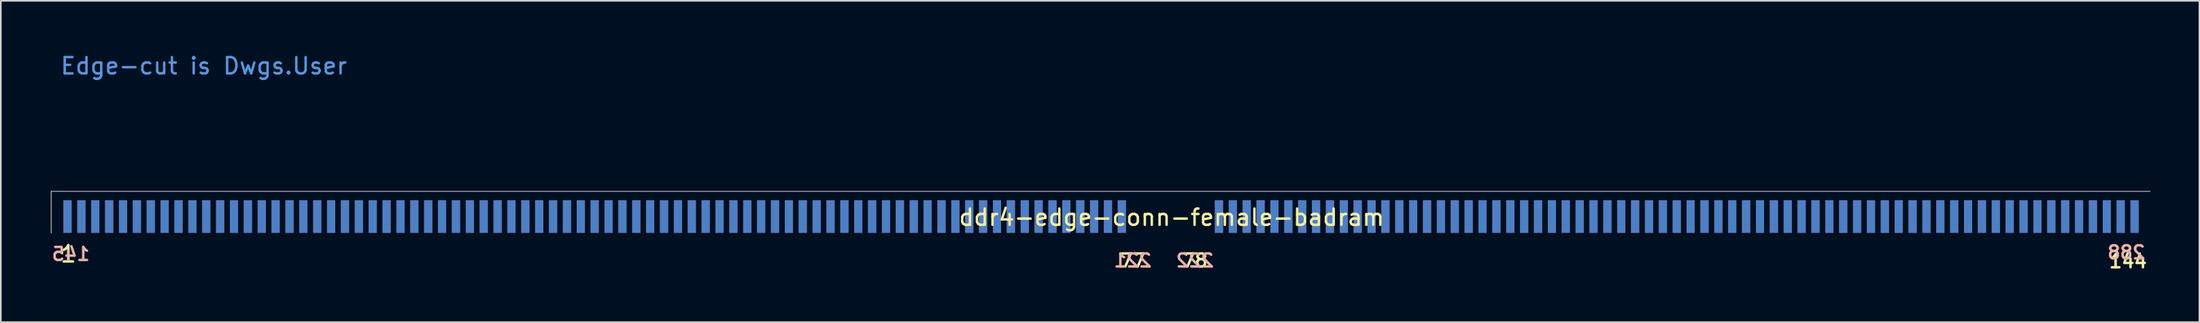
<source format=kicad_pcb>
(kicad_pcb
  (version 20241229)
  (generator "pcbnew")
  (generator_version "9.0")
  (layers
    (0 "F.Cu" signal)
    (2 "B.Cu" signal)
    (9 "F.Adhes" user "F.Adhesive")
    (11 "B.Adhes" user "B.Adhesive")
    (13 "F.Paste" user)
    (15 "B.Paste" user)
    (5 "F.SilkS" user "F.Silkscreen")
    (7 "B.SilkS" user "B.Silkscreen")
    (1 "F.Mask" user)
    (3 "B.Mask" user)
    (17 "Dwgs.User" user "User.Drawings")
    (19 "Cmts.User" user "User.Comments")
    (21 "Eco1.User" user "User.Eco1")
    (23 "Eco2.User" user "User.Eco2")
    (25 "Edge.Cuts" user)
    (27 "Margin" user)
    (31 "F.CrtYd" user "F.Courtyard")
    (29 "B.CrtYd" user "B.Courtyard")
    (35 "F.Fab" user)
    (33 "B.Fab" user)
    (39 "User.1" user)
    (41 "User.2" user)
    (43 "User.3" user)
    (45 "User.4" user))
  (footprint "ddr4-edge-conn-female-badram"
    (layer "F.Cu")
    (at 65.088 0.25)
    (property "Reference" "ddr4-edge-conn-female-badram" (at 3.65 10.05 0) (layer "F.SilkS") (effects (font (size 1 1) (thickness 0.15))))
    (attr exclude_from_pos_files exclude_from_bom)
    (fp_line (start -65 8.45) (end -65 11) (stroke (width 0.05) (type solid)) (layer "Dwgs.User"))
    (fp_line (start 63.6 8.45) (end -65 8.45) (stroke (width 0.05) (type solid)) (layer "Dwgs.User"))
    (fp_text user "77" (at 1.27 12.7 0) (layer "F.SilkS") (effects (font (size 0.8 0.8) (thickness 0.15))))
    (fp_text user "144" (at 62.25 12.75 0) (layer "F.SilkS") (effects (font (size 0.8 0.8) (thickness 0.15))))
    (fp_text user "78" (at 5.08 12.7 0) (layer "F.SilkS") (effects (font (size 0.8 0.8) (thickness 0.15))))
    (fp_text user "1" (at -63.95 12.3 0) (layer "F.SilkS") (effects (font (size 1 1) (thickness 0.15))))
    (fp_text user "221" (at 1.27 12.7 0) (layer "B.SilkS") (effects (font (size 0.8 0.8) (thickness 0.15)) (justify mirror)))
    (fp_text user "288" (at 62.15 12.2 0) (layer "B.SilkS") (effects (font (size 0.8 0.8) (thickness 0.15)) (justify mirror)))
    (fp_text user "222" (at 5.08 12.7 0) (layer "B.SilkS") (effects (font (size 0.8 0.8) (thickness 0.15)) (justify mirror)))
    (fp_text user "145" (at -63.8 12.3 0) (layer "B.SilkS") (effects (font (size 0.8 0.8) (thickness 0.15)) (justify mirror)))
    (fp_text user "Edge-cut is Dwgs.User" (at -55.65 0.75 0) (layer "Cmts.User") (effects (font (size 1 1) (thickness 0.15))))
    (pad "1" smd rect (at -64 10) (size 0.5 2) (layers "F.Cu" "F.Mask"))
    (pad "2" smd rect (at -63.15 10) (size 0.5 2) (layers "F.Cu" "F.Mask"))
    (pad "3" smd rect (at -62.3 10) (size 0.5 2) (layers "F.Cu" "F.Mask"))
    (pad "4" smd rect (at -61.45 10) (size 0.5 2) (layers "F.Cu" "F.Mask"))
    (pad "5" smd rect (at -60.6 10) (size 0.5 2) (layers "F.Cu" "F.Mask"))
    (pad "6" smd rect (at -59.75 10) (size 0.5 2) (layers "F.Cu" "F.Mask"))
    (pad "7" smd rect (at -58.9 10) (size 0.5 2) (layers "F.Cu" "F.Mask"))
    (pad "8" smd rect (at -58.05 10) (size 0.5 2) (layers "F.Cu" "F.Mask"))
    (pad "9" smd rect (at -57.2 10) (size 0.5 2) (layers "F.Cu" "F.Mask"))
    (pad "10" smd rect (at -56.35 10) (size 0.5 2) (layers "F.Cu" "F.Mask"))
    (pad "11" smd rect (at -55.5 10) (size 0.5 2) (layers "F.Cu" "F.Mask"))
    (pad "12" smd rect (at -54.65 10) (size 0.5 2) (layers "F.Cu" "F.Mask"))
    (pad "13" smd rect (at -53.8 10) (size 0.5 2) (layers "F.Cu" "F.Mask"))
    (pad "14" smd rect (at -52.95 10) (size 0.5 2) (layers "F.Cu" "F.Mask"))
    (pad "15" smd rect (at -52.1 10) (size 0.5 2) (layers "F.Cu" "F.Mask"))
    (pad "16" smd rect (at -51.25 10) (size 0.5 2) (layers "F.Cu" "F.Mask"))
    (pad "17" smd rect (at -50.4 10) (size 0.5 2) (layers "F.Cu" "F.Mask"))
    (pad "18" smd rect (at -49.55 10) (size 0.5 2) (layers "F.Cu" "F.Mask"))
    (pad "19" smd rect (at -48.7 10) (size 0.5 2) (layers "F.Cu" "F.Mask"))
    (pad "20" smd rect (at -47.85 10) (size 0.5 2) (layers "F.Cu" "F.Mask"))
    (pad "21" smd rect (at -47 10) (size 0.5 2) (layers "F.Cu" "F.Mask"))
    (pad "22" smd rect (at -46.15 10) (size 0.5 2) (layers "F.Cu" "F.Mask"))
    (pad "23" smd rect (at -45.3 10) (size 0.5 2) (layers "F.Cu" "F.Mask"))
    (pad "24" smd rect (at -44.45 10) (size 0.5 2) (layers "F.Cu" "F.Mask"))
    (pad "25" smd rect (at -43.6 10) (size 0.5 2) (layers "F.Cu" "F.Mask"))
    (pad "26" smd rect (at -42.75 10) (size 0.5 2) (layers "F.Cu" "F.Mask"))
    (pad "27" smd rect (at -41.9 10) (size 0.5 2) (layers "F.Cu" "F.Mask"))
    (pad "28" smd rect (at -41.05 10) (size 0.5 2) (layers "F.Cu" "F.Mask"))
    (pad "29" smd rect (at -40.2 10) (size 0.5 2) (layers "F.Cu" "F.Mask"))
    (pad "30" smd rect (at -39.35 10) (size 0.5 2) (layers "F.Cu" "F.Mask"))
    (pad "31" smd rect (at -38.5 10) (size 0.5 2) (layers "F.Cu" "F.Mask"))
    (pad "32" smd rect (at -37.65 10) (size 0.5 2) (layers "F.Cu" "F.Mask"))
    (pad "33" smd rect (at -36.8 10) (size 0.5 2) (layers "F.Cu" "F.Mask"))
    (pad "34" smd rect (at -35.95 10) (size 0.5 2) (layers "F.Cu" "F.Mask"))
    (pad "35" smd rect (at -35.1 10) (size 0.5 2) (layers "F.Cu" "F.Mask"))
    (pad "36" smd rect (at -34.25 10) (size 0.5 2) (layers "F.Cu" "F.Mask"))
    (pad "37" smd rect (at -33.4 10) (size 0.5 2) (layers "F.Cu" "F.Mask"))
    (pad "38" smd rect (at -32.55 10) (size 0.5 2) (layers "F.Cu" "F.Mask"))
    (pad "39" smd rect (at -31.7 10) (size 0.5 2) (layers "F.Cu" "F.Mask"))
    (pad "40" smd rect (at -30.85 10) (size 0.5 2) (layers "F.Cu" "F.Mask"))
    (pad "41" smd rect (at -30 10) (size 0.5 2) (layers "F.Cu" "F.Mask"))
    (pad "42" smd rect (at -29.15 10) (size 0.5 2) (layers "F.Cu" "F.Mask"))
    (pad "43" smd rect (at -28.3 10) (size 0.5 2) (layers "F.Cu" "F.Mask"))
    (pad "44" smd rect (at -27.45 10) (size 0.5 2) (layers "F.Cu" "F.Mask"))
    (pad "45" smd rect (at -26.6 10) (size 0.5 2) (layers "F.Cu" "F.Mask"))
    (pad "46" smd rect (at -25.75 10) (size 0.5 2) (layers "F.Cu" "F.Mask"))
    (pad "47" smd rect (at -24.9 10) (size 0.5 2) (layers "F.Cu" "F.Mask"))
    (pad "48" smd rect (at -24.05 10) (size 0.5 2) (layers "F.Cu" "F.Mask"))
    (pad "49" smd rect (at -23.2 10) (size 0.5 2) (layers "F.Cu" "F.Mask"))
    (pad "50" smd rect (at -22.35 10) (size 0.5 2) (layers "F.Cu" "F.Mask"))
    (pad "51" smd rect (at -21.5 10) (size 0.5 2) (layers "F.Cu" "F.Mask"))
    (pad "52" smd rect (at -20.65 10) (size 0.5 2) (layers "F.Cu" "F.Mask"))
    (pad "53" smd rect (at -19.8 10) (size 0.5 2) (layers "F.Cu" "F.Mask"))
    (pad "54" smd rect (at -18.95 10) (size 0.5 2) (layers "F.Cu" "F.Mask"))
    (pad "55" smd rect (at -18.1 10) (size 0.5 2) (layers "F.Cu" "F.Mask"))
    (pad "56" smd rect (at -17.25 10) (size 0.5 2) (layers "F.Cu" "F.Mask"))
    (pad "57" smd rect (at -16.4 10) (size 0.5 2) (layers "F.Cu" "F.Mask"))
    (pad "58" smd rect (at -15.55 10) (size 0.5 2) (layers "F.Cu" "F.Mask"))
    (pad "59" smd rect (at -14.7 10) (size 0.5 2) (layers "F.Cu" "F.Mask"))
    (pad "60" smd rect (at -13.85 10) (size 0.5 2) (layers "F.Cu" "F.Mask"))
    (pad "61" smd rect (at -13 10) (size 0.5 2) (layers "F.Cu" "F.Mask"))
    (pad "62" smd rect (at -12.15 10) (size 0.5 2) (layers "F.Cu" "F.Mask"))
    (pad "63" smd rect (at -11.3 10) (size 0.5 2) (layers "F.Cu" "F.Mask"))
    (pad "64" smd rect (at -10.45 10) (size 0.5 2) (layers "F.Cu" "F.Mask"))
    (pad "65" smd rect (at -9.6 10) (size 0.5 2) (layers "F.Cu" "F.Mask"))
    (pad "66" smd rect (at -8.75 10) (size 0.5 2) (layers "F.Cu" "F.Mask"))
    (pad "67" smd rect (at -7.9 10) (size 0.5 2) (layers "F.Cu" "F.Mask"))
    (pad "68" smd rect (at -7.05 10) (size 0.5 2) (layers "F.Cu" "F.Mask"))
    (pad "69" smd rect (at -6.2 10) (size 0.5 2) (layers "F.Cu" "F.Mask"))
    (pad "70" smd rect (at -5.35 10) (size 0.5 2) (layers "F.Cu" "F.Mask"))
    (pad "71" smd rect (at -4.5 10) (size 0.5 2) (layers "F.Cu" "F.Mask"))
    (pad "72" smd rect (at -3.65 10) (size 0.5 2) (layers "F.Cu" "F.Mask"))
    (pad "73" smd rect (at -2.8 10) (size 0.5 2) (layers "F.Cu" "F.Mask"))
    (pad "74" smd rect (at -1.95 10) (size 0.5 2) (layers "F.Cu" "F.Mask"))
    (pad "75" smd rect (at -1.1 10) (size 0.5 2) (layers "F.Cu" "F.Mask"))
    (pad "76" smd rect (at -0.25 10) (size 0.5 2) (layers "F.Cu" "F.Mask"))
    (pad "77" smd rect (at 0.6 10) (size 0.5 2) (layers "F.Cu" "F.Mask"))
    (pad "78" smd rect (at 6.55 10) (size 0.5 2) (layers "F.Cu" "F.Mask"))
    (pad "79" smd rect (at 7.4 10) (size 0.5 2) (layers "F.Cu" "F.Mask"))
    (pad "80" smd rect (at 8.25 10) (size 0.5 2) (layers "F.Cu" "F.Mask"))
    (pad "81" smd rect (at 9.1 10) (size 0.5 2) (layers "F.Cu" "F.Mask"))
    (pad "82" smd rect (at 9.95 10) (size 0.5 2) (layers "F.Cu" "F.Mask"))
    (pad "83" smd rect (at 10.8 10) (size 0.5 2) (layers "F.Cu" "F.Mask"))
    (pad "84" smd rect (at 11.65 10) (size 0.5 2) (layers "F.Cu" "F.Mask"))
    (pad "85" smd rect (at 12.5 10) (size 0.5 2) (layers "F.Cu" "F.Mask"))
    (pad "86" smd rect (at 13.35 10) (size 0.5 2) (layers "F.Cu" "F.Mask"))
    (pad "87" smd rect (at 14.2 10) (size 0.5 2) (layers "F.Cu" "F.Mask"))
    (pad "88" smd rect (at 15.05 10) (size 0.5 2) (layers "F.Cu" "F.Mask"))
    (pad "89" smd rect (at 15.9 10) (size 0.5 2) (layers "F.Cu" "F.Mask"))
    (pad "90" smd rect (at 16.75 10) (size 0.5 2) (layers "F.Cu" "F.Mask"))
    (pad "91" smd rect (at 17.6 10) (size 0.5 2) (layers "F.Cu" "F.Mask"))
    (pad "92" smd rect (at 18.45 10) (size 0.5 2) (layers "F.Cu" "F.Mask"))
    (pad "93" smd rect (at 19.3 10) (size 0.5 2) (layers "F.Cu" "F.Mask"))
    (pad "94" smd rect (at 20.15 10) (size 0.5 2) (layers "F.Cu" "F.Mask"))
    (pad "95" smd rect (at 21 10) (size 0.5 2) (layers "F.Cu" "F.Mask"))
    (pad "96" smd rect (at 21.85 10) (size 0.5 2) (layers "F.Cu" "F.Mask"))
    (pad "97" smd rect (at 22.7 10) (size 0.5 2) (layers "F.Cu" "F.Mask"))
    (pad "98" smd rect (at 23.55 10) (size 0.5 2) (layers "F.Cu" "F.Mask"))
    (pad "99" smd rect (at 24.4 10) (size 0.5 2) (layers "F.Cu" "F.Mask"))
    (pad "100" smd rect (at 25.25 10) (size 0.5 2) (layers "F.Cu" "F.Mask"))
    (pad "101" smd rect (at 26.1 10) (size 0.5 2) (layers "F.Cu" "F.Mask"))
    (pad "102" smd rect (at 26.95 10) (size 0.5 2) (layers "F.Cu" "F.Mask"))
    (pad "103" smd rect (at 27.8 10) (size 0.5 2) (layers "F.Cu" "F.Mask"))
    (pad "104" smd rect (at 28.65 10) (size 0.5 2) (layers "F.Cu" "F.Mask"))
    (pad "105" smd rect (at 29.5 10) (size 0.5 2) (layers "F.Cu" "F.Mask"))
    (pad "106" smd rect (at 30.35 10) (size 0.5 2) (layers "F.Cu" "F.Mask"))
    (pad "107" smd rect (at 31.2 10) (size 0.5 2) (layers "F.Cu" "F.Mask"))
    (pad "108" smd rect (at 32.05 10) (size 0.5 2) (layers "F.Cu" "F.Mask"))
    (pad "109" smd rect (at 32.9 10) (size 0.5 2) (layers "F.Cu" "F.Mask"))
    (pad "110" smd rect (at 33.75 10) (size 0.5 2) (layers "F.Cu" "F.Mask"))
    (pad "111" smd rect (at 34.6 10) (size 0.5 2) (layers "F.Cu" "F.Mask"))
    (pad "112" smd rect (at 35.45 10) (size 0.5 2) (layers "F.Cu" "F.Mask"))
    (pad "113" smd rect (at 36.3 10) (size 0.5 2) (layers "F.Cu" "F.Mask"))
    (pad "114" smd rect (at 37.15 10) (size 0.5 2) (layers "F.Cu" "F.Mask"))
    (pad "115" smd rect (at 38 10) (size 0.5 2) (layers "F.Cu" "F.Mask"))
    (pad "116" smd rect (at 38.85 10) (size 0.5 2) (layers "F.Cu" "F.Mask"))
    (pad "117" smd rect (at 39.7 10) (size 0.5 2) (layers "F.Cu" "F.Mask"))
    (pad "118" smd rect (at 40.55 10) (size 0.5 2) (layers "F.Cu" "F.Mask"))
    (pad "119" smd rect (at 41.4 10) (size 0.5 2) (layers "F.Cu" "F.Mask"))
    (pad "120" smd rect (at 42.25 10) (size 0.5 2) (layers "F.Cu" "F.Mask"))
    (pad "121" smd rect (at 43.1 10) (size 0.5 2) (layers "F.Cu" "F.Mask"))
    (pad "122" smd rect (at 43.95 10) (size 0.5 2) (layers "F.Cu" "F.Mask"))
    (pad "123" smd rect (at 44.8 10) (size 0.5 2) (layers "F.Cu" "F.Mask"))
    (pad "124" smd rect (at 45.65 10) (size 0.5 2) (layers "F.Cu" "F.Mask"))
    (pad "125" smd rect (at 46.5 10) (size 0.5 2) (layers "F.Cu" "F.Mask"))
    (pad "126" smd rect (at 47.35 10) (size 0.5 2) (layers "F.Cu" "F.Mask"))
    (pad "127" smd rect (at 48.2 10) (size 0.5 2) (layers "F.Cu" "F.Mask"))
    (pad "128" smd rect (at 49.05 10) (size 0.5 2) (layers "F.Cu" "F.Mask"))
    (pad "129" smd rect (at 49.9 10) (size 0.5 2) (layers "F.Cu" "F.Mask"))
    (pad "130" smd rect (at 50.75 10) (size 0.5 2) (layers "F.Cu" "F.Mask"))
    (pad "131" smd rect (at 51.6 10) (size 0.5 2) (layers "F.Cu" "F.Mask"))
    (pad "132" smd rect (at 52.45 10) (size 0.5 2) (layers "F.Cu" "F.Mask"))
    (pad "133" smd rect (at 53.3 10) (size 0.5 2) (layers "F.Cu" "F.Mask"))
    (pad "134" smd rect (at 54.15 10) (size 0.5 2) (layers "F.Cu" "F.Mask"))
    (pad "135" smd rect (at 55 10) (size 0.5 2) (layers "F.Cu" "F.Mask"))
    (pad "136" smd rect (at 55.85 10) (size 0.5 2) (layers "F.Cu" "F.Mask"))
    (pad "137" smd rect (at 56.7 10) (size 0.5 2) (layers "F.Cu" "F.Mask"))
    (pad "138" smd rect (at 57.55 10) (size 0.5 2) (layers "F.Cu" "F.Mask"))
    (pad "139" smd rect (at 58.4 10) (size 0.5 2) (layers "F.Cu" "F.Mask"))
    (pad "140" smd rect (at 59.25 10) (size 0.5 2) (layers "F.Cu" "F.Mask"))
    (pad "141" smd rect (at 60.1 10) (size 0.5 2) (layers "F.Cu" "F.Mask"))
    (pad "142" smd rect (at 60.95 10) (size 0.5 2) (layers "F.Cu" "F.Mask"))
    (pad "143" smd rect (at 61.8 10) (size 0.5 2) (layers "F.Cu" "F.Mask"))
    (pad "144" smd rect (at 62.65 10) (size 0.5 2) (layers "F.Cu" "F.Mask"))
    (pad "145" smd rect (at -64 10 180) (size 0.5 2) (layers "B.Cu" "B.Mask"))
    (pad "146" smd rect (at -63.15 10 180) (size 0.5 2) (layers "B.Cu" "B.Mask"))
    (pad "147" smd rect (at -62.3 10 180) (size 0.5 2) (layers "B.Cu" "B.Mask"))
    (pad "148" smd rect (at -61.45 10 180) (size 0.5 2) (layers "B.Cu" "B.Mask"))
    (pad "149" smd rect (at -60.6 10 180) (size 0.5 2) (layers "B.Cu" "B.Mask"))
    (pad "150" smd rect (at -59.75 10 180) (size 0.5 2) (layers "B.Cu" "B.Mask"))
    (pad "151" smd rect (at -58.9 10 180) (size 0.5 2) (layers "B.Cu" "B.Mask"))
    (pad "152" smd rect (at -58.05 10 180) (size 0.5 2) (layers "B.Cu" "B.Mask"))
    (pad "153" smd rect (at -57.2 10 180) (size 0.5 2) (layers "B.Cu" "B.Mask"))
    (pad "154" smd rect (at -56.35 10 180) (size 0.5 2) (layers "B.Cu" "B.Mask"))
    (pad "155" smd rect (at -55.5 10 180) (size 0.5 2) (layers "B.Cu" "B.Mask"))
    (pad "156" smd rect (at -54.65 10 180) (size 0.5 2) (layers "B.Cu" "B.Mask"))
    (pad "157" smd rect (at -53.8 10 180) (size 0.5 2) (layers "B.Cu" "B.Mask"))
    (pad "158" smd rect (at -52.95 10 180) (size 0.5 2) (layers "B.Cu" "B.Mask"))
    (pad "159" smd rect (at -52.1 10 180) (size 0.5 2) (layers "B.Cu" "B.Mask"))
    (pad "160" smd rect (at -51.25 10 180) (size 0.5 2) (layers "B.Cu" "B.Mask"))
    (pad "161" smd rect (at -50.4 10 180) (size 0.5 2) (layers "B.Cu" "B.Mask"))
    (pad "162" smd rect (at -49.55 10 180) (size 0.5 2) (layers "B.Cu" "B.Mask"))
    (pad "163" smd rect (at -48.7 10 180) (size 0.5 2) (layers "B.Cu" "B.Mask"))
    (pad "164" smd rect (at -47.85 10 180) (size 0.5 2) (layers "B.Cu" "B.Mask"))
    (pad "165" smd rect (at -47 10 180) (size 0.5 2) (layers "B.Cu" "B.Mask"))
    (pad "166" smd rect (at -46.15 10 180) (size 0.5 2) (layers "B.Cu" "B.Mask"))
    (pad "167" smd rect (at -45.3 10 180) (size 0.5 2) (layers "B.Cu" "B.Mask"))
    (pad "168" smd rect (at -44.45 10 180) (size 0.5 2) (layers "B.Cu" "B.Mask"))
    (pad "169" smd rect (at -43.6 10 180) (size 0.5 2) (layers "B.Cu" "B.Mask"))
    (pad "170" smd rect (at -42.75 10 180) (size 0.5 2) (layers "B.Cu" "B.Mask"))
    (pad "171" smd rect (at -41.9 10 180) (size 0.5 2) (layers "B.Cu" "B.Mask"))
    (pad "172" smd rect (at -41.05 10 180) (size 0.5 2) (layers "B.Cu" "B.Mask"))
    (pad "173" smd rect (at -40.2 10 180) (size 0.5 2) (layers "B.Cu" "B.Mask"))
    (pad "174" smd rect (at -39.35 10 180) (size 0.5 2) (layers "B.Cu" "B.Mask"))
    (pad "175" smd rect (at -38.5 10 180) (size 0.5 2) (layers "B.Cu" "B.Mask"))
    (pad "176" smd rect (at -37.65 10 180) (size 0.5 2) (layers "B.Cu" "B.Mask"))
    (pad "177" smd rect (at -36.8 10 180) (size 0.5 2) (layers "B.Cu" "B.Mask"))
    (pad "178" smd rect (at -35.95 10 180) (size 0.5 2) (layers "B.Cu" "B.Mask"))
    (pad "179" smd rect (at -35.1 10 180) (size 0.5 2) (layers "B.Cu" "B.Mask"))
    (pad "180" smd rect (at -34.25 10 180) (size 0.5 2) (layers "B.Cu" "B.Mask"))
    (pad "181" smd rect (at -33.4 10 180) (size 0.5 2) (layers "B.Cu" "B.Mask"))
    (pad "182" smd rect (at -32.55 10 180) (size 0.5 2) (layers "B.Cu" "B.Mask"))
    (pad "183" smd rect (at -31.7 10 180) (size 0.5 2) (layers "B.Cu" "B.Mask"))
    (pad "184" smd rect (at -30.85 10 180) (size 0.5 2) (layers "B.Cu" "B.Mask"))
    (pad "185" smd rect (at -30 10 180) (size 0.5 2) (layers "B.Cu" "B.Mask"))
    (pad "186" smd rect (at -29.15 10 180) (size 0.5 2) (layers "B.Cu" "B.Mask"))
    (pad "187" smd rect (at -28.3 10 180) (size 0.5 2) (layers "B.Cu" "B.Mask"))
    (pad "188" smd rect (at -27.45 10 180) (size 0.5 2) (layers "B.Cu" "B.Mask"))
    (pad "189" smd rect (at -26.6 10 180) (size 0.5 2) (layers "B.Cu" "B.Mask"))
    (pad "190" smd rect (at -25.75 10 180) (size 0.5 2) (layers "B.Cu" "B.Mask"))
    (pad "191" smd rect (at -24.9 10 180) (size 0.5 2) (layers "B.Cu" "B.Mask"))
    (pad "192" smd rect (at -24.05 10 180) (size 0.5 2) (layers "B.Cu" "B.Mask"))
    (pad "193" smd rect (at -23.2 10 180) (size 0.5 2) (layers "B.Cu" "B.Mask"))
    (pad "194" smd rect (at -22.35 10 180) (size 0.5 2) (layers "B.Cu" "B.Mask"))
    (pad "195" smd rect (at -21.5 10 180) (size 0.5 2) (layers "B.Cu" "B.Mask"))
    (pad "196" smd rect (at -20.65 10 180) (size 0.5 2) (layers "B.Cu" "B.Mask"))
    (pad "197" smd rect (at -19.8 10 180) (size 0.5 2) (layers "B.Cu" "B.Mask"))
    (pad "198" smd rect (at -18.95 10 180) (size 0.5 2) (layers "B.Cu" "B.Mask"))
    (pad "199" smd rect (at -18.1 10 180) (size 0.5 2) (layers "B.Cu" "B.Mask"))
    (pad "200" smd rect (at -17.25 10 180) (size 0.5 2) (layers "B.Cu" "B.Mask"))
    (pad "201" smd rect (at -16.4 10 180) (size 0.5 2) (layers "B.Cu" "B.Mask"))
    (pad "202" smd rect (at -15.55 10 180) (size 0.5 2) (layers "B.Cu" "B.Mask"))
    (pad "203" smd rect (at -14.7 10 180) (size 0.5 2) (layers "B.Cu" "B.Mask"))
    (pad "204" smd rect (at -13.85 10 180) (size 0.5 2) (layers "B.Cu" "B.Mask"))
    (pad "205" smd rect (at -13 10 180) (size 0.5 2) (layers "B.Cu" "B.Mask"))
    (pad "206" smd rect (at -12.15 10 180) (size 0.5 2) (layers "B.Cu" "B.Mask"))
    (pad "207" smd rect (at -11.3 10 180) (size 0.5 2) (layers "B.Cu" "B.Mask"))
    (pad "208" smd rect (at -10.45 10 180) (size 0.5 2) (layers "B.Cu" "B.Mask"))
    (pad "209" smd rect (at -9.6 10 180) (size 0.5 2) (layers "B.Cu" "B.Mask"))
    (pad "210" smd rect (at -8.75 10 180) (size 0.5 2) (layers "B.Cu" "B.Mask"))
    (pad "211" smd rect (at -7.9 10 180) (size 0.5 2) (layers "B.Cu" "B.Mask"))
    (pad "212" smd rect (at -7.05 10 180) (size 0.5 2) (layers "B.Cu" "B.Mask"))
    (pad "213" smd rect (at -6.2 10 180) (size 0.5 2) (layers "B.Cu" "B.Mask"))
    (pad "214" smd rect (at -5.35 10 180) (size 0.5 2) (layers "B.Cu" "B.Mask"))
    (pad "215" smd rect (at -4.5 10 180) (size 0.5 2) (layers "B.Cu" "B.Mask"))
    (pad "216" smd rect (at -3.65 10 180) (size 0.5 2) (layers "B.Cu" "B.Mask"))
    (pad "217" smd rect (at -2.8 10 180) (size 0.5 2) (layers "B.Cu" "B.Mask"))
    (pad "218" smd rect (at -1.95 10 180) (size 0.5 2) (layers "B.Cu" "B.Mask"))
    (pad "219" smd rect (at -1.1 10 180) (size 0.5 2) (layers "B.Cu" "B.Mask"))
    (pad "220" smd rect (at -0.25 10 180) (size 0.5 2) (layers "B.Cu" "B.Mask"))
    (pad "221" smd rect (at 0.6 10 180) (size 0.5 2) (layers "B.Cu" "B.Mask"))
    (pad "222" smd rect (at 6.55 10 180) (size 0.5 2) (layers "B.Cu" "B.Mask"))
    (pad "223" smd rect (at 7.4 10 180) (size 0.5 2) (layers "B.Cu" "B.Mask"))
    (pad "224" smd rect (at 8.25 10 180) (size 0.5 2) (layers "B.Cu" "B.Mask"))
    (pad "225" smd rect (at 9.1 10 180) (size 0.5 2) (layers "B.Cu" "B.Mask"))
    (pad "226" smd rect (at 9.95 10 180) (size 0.5 2) (layers "B.Cu" "B.Mask"))
    (pad "227" smd rect (at 10.8 10 180) (size 0.5 2) (layers "B.Cu" "B.Mask"))
    (pad "228" smd rect (at 11.65 10 180) (size 0.5 2) (layers "B.Cu" "B.Mask"))
    (pad "229" smd rect (at 12.5 10 180) (size 0.5 2) (layers "B.Cu" "B.Mask"))
    (pad "230" smd rect (at 13.35 10 180) (size 0.5 2) (layers "B.Cu" "B.Mask"))
    (pad "231" smd rect (at 14.2 10 180) (size 0.5 2) (layers "B.Cu" "B.Mask"))
    (pad "232" smd rect (at 15.05 10 180) (size 0.5 2) (layers "B.Cu" "B.Mask"))
    (pad "233" smd rect (at 15.9 10 180) (size 0.5 2) (layers "B.Cu" "B.Mask"))
    (pad "234" smd rect (at 16.75 10 180) (size 0.5 2) (layers "B.Cu" "B.Mask"))
    (pad "235" smd rect (at 17.6 10 180) (size 0.5 2) (layers "B.Cu" "B.Mask"))
    (pad "236" smd rect (at 18.45 10 180) (size 0.5 2) (layers "B.Cu" "B.Mask"))
    (pad "237" smd rect (at 19.3 10 180) (size 0.5 2) (layers "B.Cu" "B.Mask"))
    (pad "238" smd rect (at 20.15 10 180) (size 0.5 2) (layers "B.Cu" "B.Mask"))
    (pad "239" smd rect (at 21 10 180) (size 0.5 2) (layers "B.Cu" "B.Mask"))
    (pad "240" smd rect (at 21.85 10 180) (size 0.5 2) (layers "B.Cu" "B.Mask"))
    (pad "241" smd rect (at 22.7 10 180) (size 0.5 2) (layers "B.Cu" "B.Mask"))
    (pad "242" smd rect (at 23.55 10 180) (size 0.5 2) (layers "B.Cu" "B.Mask"))
    (pad "243" smd rect (at 24.4 10 180) (size 0.5 2) (layers "B.Cu" "B.Mask"))
    (pad "244" smd rect (at 25.25 10 180) (size 0.5 2) (layers "B.Cu" "B.Mask"))
    (pad "245" smd rect (at 26.1 10 180) (size 0.5 2) (layers "B.Cu" "B.Mask"))
    (pad "246" smd rect (at 26.95 10 180) (size 0.5 2) (layers "B.Cu" "B.Mask"))
    (pad "247" smd rect (at 27.8 10 180) (size 0.5 2) (layers "B.Cu" "B.Mask"))
    (pad "248" smd rect (at 28.65 10 180) (size 0.5 2) (layers "B.Cu" "B.Mask"))
    (pad "249" smd rect (at 29.5 10 180) (size 0.5 2) (layers "B.Cu" "B.Mask"))
    (pad "250" smd rect (at 30.35 10 180) (size 0.5 2) (layers "B.Cu" "B.Mask"))
    (pad "251" smd rect (at 31.2 10 180) (size 0.5 2) (layers "B.Cu" "B.Mask"))
    (pad "252" smd rect (at 32.05 10 180) (size 0.5 2) (layers "B.Cu" "B.Mask"))
    (pad "253" smd rect (at 32.9 10 180) (size 0.5 2) (layers "B.Cu" "B.Mask"))
    (pad "254" smd rect (at 33.75 10 180) (size 0.5 2) (layers "B.Cu" "B.Mask"))
    (pad "255" smd rect (at 34.6 10 180) (size 0.5 2) (layers "B.Cu" "B.Mask"))
    (pad "256" smd rect (at 35.45 10 180) (size 0.5 2) (layers "B.Cu" "B.Mask"))
    (pad "257" smd rect (at 36.3 10 180) (size 0.5 2) (layers "B.Cu" "B.Mask"))
    (pad "258" smd rect (at 37.15 10 180) (size 0.5 2) (layers "B.Cu" "B.Mask"))
    (pad "259" smd rect (at 38 10 180) (size 0.5 2) (layers "B.Cu" "B.Mask"))
    (pad "260" smd rect (at 38.85 10 180) (size 0.5 2) (layers "B.Cu" "B.Mask"))
    (pad "261" smd rect (at 39.7 10 180) (size 0.5 2) (layers "B.Cu" "B.Mask"))
    (pad "262" smd rect (at 40.55 10 180) (size 0.5 2) (layers "B.Cu" "B.Mask"))
    (pad "263" smd rect (at 41.4 10 180) (size 0.5 2) (layers "B.Cu" "B.Mask"))
    (pad "264" smd rect (at 42.25 10 180) (size 0.5 2) (layers "B.Cu" "B.Mask"))
    (pad "265" smd rect (at 43.1 10 180) (size 0.5 2) (layers "B.Cu" "B.Mask"))
    (pad "266" smd rect (at 43.95 10 180) (size 0.5 2) (layers "B.Cu" "B.Mask"))
    (pad "267" smd rect (at 44.8 10 180) (size 0.5 2) (layers "B.Cu" "B.Mask"))
    (pad "268" smd rect (at 45.65 10 180) (size 0.5 2) (layers "B.Cu" "B.Mask"))
    (pad "269" smd rect (at 46.5 10 180) (size 0.5 2) (layers "B.Cu" "B.Mask"))
    (pad "270" smd rect (at 47.35 10 180) (size 0.5 2) (layers "B.Cu" "B.Mask"))
    (pad "271" smd rect (at 48.2 10 180) (size 0.5 2) (layers "B.Cu" "B.Mask"))
    (pad "272" smd rect (at 49.05 10 180) (size 0.5 2) (layers "B.Cu" "B.Mask"))
    (pad "273" smd rect (at 49.9 10 180) (size 0.5 2) (layers "B.Cu" "B.Mask"))
    (pad "274" smd rect (at 50.75 10 180) (size 0.5 2) (layers "B.Cu" "B.Mask"))
    (pad "275" smd rect (at 51.6 10 180) (size 0.5 2) (layers "B.Cu" "B.Mask"))
    (pad "276" smd rect (at 52.45 10 180) (size 0.5 2) (layers "B.Cu" "B.Mask"))
    (pad "277" smd rect (at 53.3 10 180) (size 0.5 2) (layers "B.Cu" "B.Mask"))
    (pad "278" smd rect (at 54.15 10 180) (size 0.5 2) (layers "B.Cu" "B.Mask"))
    (pad "279" smd rect (at 55 10 180) (size 0.5 2) (layers "B.Cu" "B.Mask"))
    (pad "280" smd rect (at 55.85 10 180) (size 0.5 2) (layers "B.Cu" "B.Mask"))
    (pad "281" smd rect (at 56.7 10 180) (size 0.5 2) (layers "B.Cu" "B.Mask"))
    (pad "282" smd rect (at 57.55 10 180) (size 0.5 2) (layers "B.Cu" "B.Mask"))
    (pad "283" smd rect (at 58.4 10 180) (size 0.5 2) (layers "B.Cu" "B.Mask"))
    (pad "284" smd rect (at 59.25 10 180) (size 0.5 2) (layers "B.Cu" "B.Mask"))
    (pad "285" smd rect (at 60.1 10 180) (size 0.5 2) (layers "B.Cu" "B.Mask"))
    (pad "286" smd rect (at 60.95 10 180) (size 0.5 2) (layers "B.Cu" "B.Mask"))
    (pad "287" smd rect (at 61.8 10 180) (size 0.5 2) (layers "B.Cu" "B.Mask"))
    (pad "288" smd rect (at 62.65 10 180) (size 0.5 2) (layers "B.Cu" "B.Mask")))
  (gr_rect
    (start -3 -3)
    (end 131.713 16.731)
    (stroke (width 0.1) (type default))
    (fill no)
    (layer "Edge.Cuts")))
</source>
